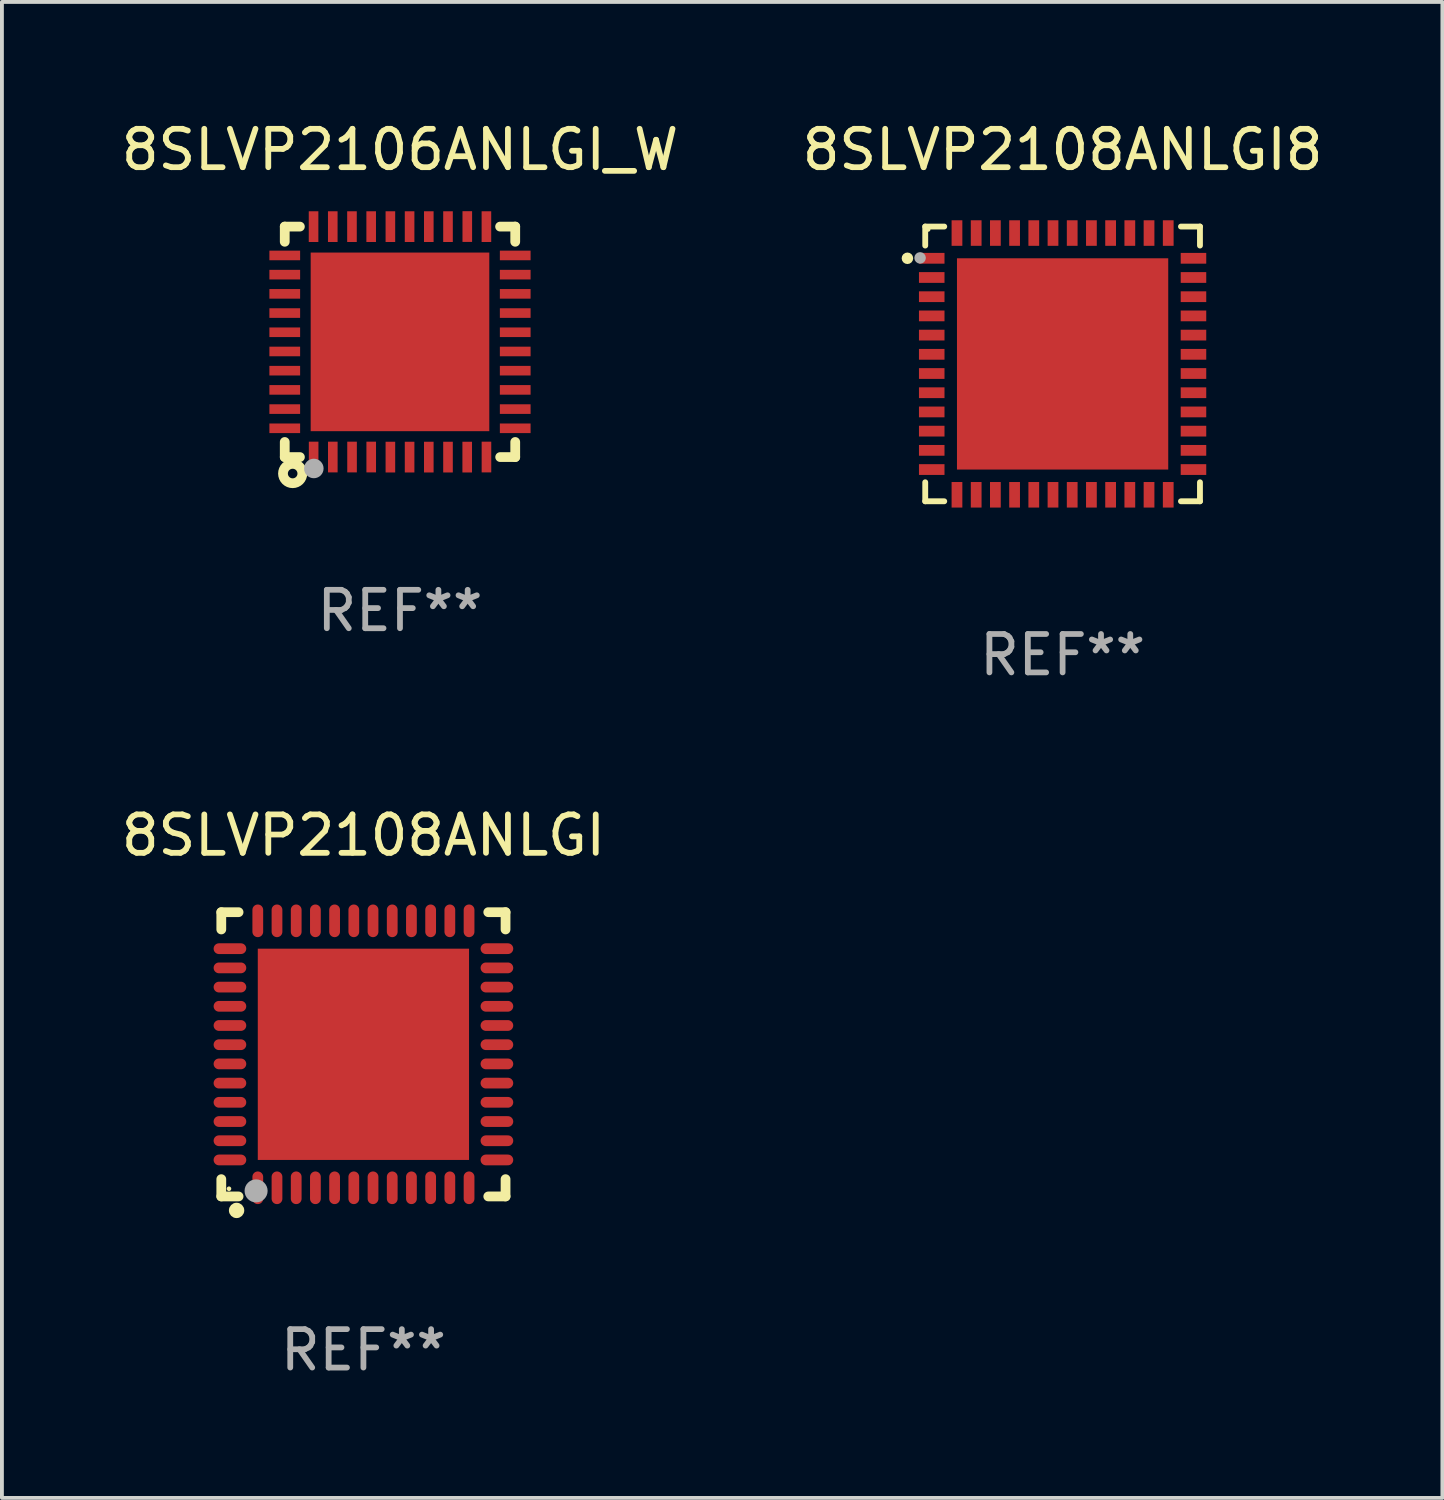
<source format=kicad_pcb>
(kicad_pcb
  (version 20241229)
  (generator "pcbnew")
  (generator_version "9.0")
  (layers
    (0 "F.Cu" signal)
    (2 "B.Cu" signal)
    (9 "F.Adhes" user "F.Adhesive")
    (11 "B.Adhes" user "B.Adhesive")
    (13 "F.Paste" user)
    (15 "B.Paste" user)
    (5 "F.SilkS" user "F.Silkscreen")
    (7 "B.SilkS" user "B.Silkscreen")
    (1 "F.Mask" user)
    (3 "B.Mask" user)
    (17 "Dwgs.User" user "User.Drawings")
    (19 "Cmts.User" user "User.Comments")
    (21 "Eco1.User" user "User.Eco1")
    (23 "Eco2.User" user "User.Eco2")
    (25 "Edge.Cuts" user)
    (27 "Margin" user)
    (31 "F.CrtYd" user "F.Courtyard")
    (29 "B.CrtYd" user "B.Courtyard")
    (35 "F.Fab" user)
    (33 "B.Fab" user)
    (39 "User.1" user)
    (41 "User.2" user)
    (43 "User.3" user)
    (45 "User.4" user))
  (footprint "8SLVP2108ANLGI"
    (layer "F.Cu")
    (at 6.411 24.397)
    (property "Reference" "8SLVP2108ANLGI" (at 0 -5.7 0) (layer "F.SilkS") (effects (font (size 1 1) (thickness 0.15))))
    (attr through_hole)
    (fp_line (start -3.7 -3.7) (end -3.25 -3.7) (stroke (width 0.254) (type solid)) (layer "F.SilkS"))
    (fp_line (start -3.7 -3.25) (end -3.7 -3.7) (stroke (width 0.254) (type solid)) (layer "F.SilkS"))
    (fp_line (start -3.7 3.7) (end -3.7 3.25) (stroke (width 0.254) (type solid)) (layer "F.SilkS"))
    (fp_line (start -3.25 3.7) (end -3.7 3.7) (stroke (width 0.254) (type solid)) (layer "F.SilkS"))
    (fp_line (start 3.25 3.7) (end 3.7 3.7) (stroke (width 0.254) (type solid)) (layer "F.SilkS"))
    (fp_line (start 3.7 -3.7) (end 3.25 -3.7) (stroke (width 0.254) (type solid)) (layer "F.SilkS"))
    (fp_line (start 3.7 -3.25) (end 3.7 -3.7) (stroke (width 0.254) (type solid)) (layer "F.SilkS"))
    (fp_line (start 3.7 3.7) (end 3.7 3.25) (stroke (width 0.254) (type solid)) (layer "F.SilkS"))
    (fp_circle (center -3.5 3.5) (end -3.47 3.5) (stroke (width 0.06) (type solid)) (fill no) (layer "F.SilkS"))
    (fp_circle (center -3.302 4.064) (end -3.202 4.064) (stroke (width 0.2) (type solid)) (fill no) (layer "F.SilkS"))
    (fp_circle (center -2.794 3.556) (end -2.644 3.556) (stroke (width 0.3) (type solid)) (fill no) (layer "F.Fab"))
    (fp_text user "REF**" (at 0 7.7 0) (layer "F.Fab") (effects (font (size 1 1) (thickness 0.15))))
    (pad "1" smd oval (at -2.75 3.475) (size 0.28 0.85) (layers "F.Cu" "F.Mask" "F.Paste"))
    (pad "2" smd oval (at -2.25 3.475) (size 0.28 0.85) (layers "F.Cu" "F.Mask" "F.Paste"))
    (pad "3" smd oval (at -1.75 3.475) (size 0.28 0.85) (layers "F.Cu" "F.Mask" "F.Paste"))
    (pad "4" smd oval (at -1.25 3.475) (size 0.28 0.85) (layers "F.Cu" "F.Mask" "F.Paste"))
    (pad "5" smd oval (at -0.75 3.475) (size 0.28 0.85) (layers "F.Cu" "F.Mask" "F.Paste"))
    (pad "6" smd oval (at -0.25 3.475) (size 0.28 0.85) (layers "F.Cu" "F.Mask" "F.Paste"))
    (pad "7" smd oval (at 0.25 3.475) (size 0.28 0.85) (layers "F.Cu" "F.Mask" "F.Paste"))
    (pad "8" smd oval (at 0.75 3.475) (size 0.28 0.85) (layers "F.Cu" "F.Mask" "F.Paste"))
    (pad "9" smd oval (at 1.25 3.475) (size 0.28 0.85) (layers "F.Cu" "F.Mask" "F.Paste"))
    (pad "10" smd oval (at 1.75 3.475) (size 0.28 0.85) (layers "F.Cu" "F.Mask" "F.Paste"))
    (pad "11" smd oval (at 2.25 3.475) (size 0.28 0.85) (layers "F.Cu" "F.Mask" "F.Paste"))
    (pad "12" smd oval (at 2.75 3.475) (size 0.28 0.85) (layers "F.Cu" "F.Mask" "F.Paste"))
    (pad "13" smd oval (at 3.475 2.75) (size 0.85 0.28) (layers "F.Cu" "F.Mask" "F.Paste"))
    (pad "14" smd oval (at 3.475 2.25) (size 0.85 0.28) (layers "F.Cu" "F.Mask" "F.Paste"))
    (pad "15" smd oval (at 3.475 1.75) (size 0.85 0.28) (layers "F.Cu" "F.Mask" "F.Paste"))
    (pad "16" smd oval (at 3.475 1.25) (size 0.85 0.28) (layers "F.Cu" "F.Mask" "F.Paste"))
    (pad "17" smd oval (at 3.475 0.75) (size 0.85 0.28) (layers "F.Cu" "F.Mask" "F.Paste"))
    (pad "18" smd oval (at 3.475 0.25) (size 0.85 0.28) (layers "F.Cu" "F.Mask" "F.Paste"))
    (pad "19" smd oval (at 3.475 -0.25) (size 0.85 0.28) (layers "F.Cu" "F.Mask" "F.Paste"))
    (pad "20" smd oval (at 3.475 -0.75) (size 0.85 0.28) (layers "F.Cu" "F.Mask" "F.Paste"))
    (pad "21" smd oval (at 3.475 -1.25) (size 0.85 0.28) (layers "F.Cu" "F.Mask" "F.Paste"))
    (pad "22" smd oval (at 3.475 -1.75) (size 0.85 0.28) (layers "F.Cu" "F.Mask" "F.Paste"))
    (pad "23" smd oval (at 3.475 -2.25) (size 0.85 0.28) (layers "F.Cu" "F.Mask" "F.Paste"))
    (pad "24" smd oval (at 3.475 -2.75) (size 0.85 0.28) (layers "F.Cu" "F.Mask" "F.Paste"))
    (pad "25" smd oval (at 2.75 -3.475) (size 0.28 0.85) (layers "F.Cu" "F.Mask" "F.Paste"))
    (pad "26" smd oval (at 2.25 -3.475) (size 0.28 0.85) (layers "F.Cu" "F.Mask" "F.Paste"))
    (pad "27" smd oval (at 1.75 -3.475) (size 0.28 0.85) (layers "F.Cu" "F.Mask" "F.Paste"))
    (pad "28" smd oval (at 1.25 -3.475) (size 0.28 0.85) (layers "F.Cu" "F.Mask" "F.Paste"))
    (pad "29" smd oval (at 0.75 -3.475) (size 0.28 0.85) (layers "F.Cu" "F.Mask" "F.Paste"))
    (pad "30" smd oval (at 0.25 -3.475) (size 0.28 0.85) (layers "F.Cu" "F.Mask" "F.Paste"))
    (pad "31" smd oval (at -0.25 -3.475) (size 0.28 0.85) (layers "F.Cu" "F.Mask" "F.Paste"))
    (pad "32" smd oval (at -0.75 -3.475) (size 0.28 0.85) (layers "F.Cu" "F.Mask" "F.Paste"))
    (pad "33" smd oval (at -1.25 -3.475) (size 0.28 0.85) (layers "F.Cu" "F.Mask" "F.Paste"))
    (pad "34" smd oval (at -1.75 -3.475) (size 0.28 0.85) (layers "F.Cu" "F.Mask" "F.Paste"))
    (pad "35" smd oval (at -2.25 -3.475) (size 0.28 0.85) (layers "F.Cu" "F.Mask" "F.Paste"))
    (pad "36" smd oval (at -2.75 -3.475) (size 0.28 0.85) (layers "F.Cu" "F.Mask" "F.Paste"))
    (pad "37" smd oval (at -3.475 -2.75) (size 0.85 0.28) (layers "F.Cu" "F.Mask" "F.Paste"))
    (pad "38" smd oval (at -3.475 -2.25) (size 0.85 0.28) (layers "F.Cu" "F.Mask" "F.Paste"))
    (pad "39" smd oval (at -3.475 -1.75) (size 0.85 0.28) (layers "F.Cu" "F.Mask" "F.Paste"))
    (pad "40" smd oval (at -3.475 -1.25) (size 0.85 0.28) (layers "F.Cu" "F.Mask" "F.Paste"))
    (pad "41" smd oval (at -3.475 -0.75) (size 0.85 0.28) (layers "F.Cu" "F.Mask" "F.Paste"))
    (pad "42" smd oval (at -3.475 -0.25) (size 0.85 0.28) (layers "F.Cu" "F.Mask" "F.Paste"))
    (pad "43" smd oval (at -3.475 0.25) (size 0.85 0.28) (layers "F.Cu" "F.Mask" "F.Paste"))
    (pad "44" smd oval (at -3.475 0.75) (size 0.85 0.28) (layers "F.Cu" "F.Mask" "F.Paste"))
    (pad "45" smd oval (at -3.475 1.25) (size 0.85 0.28) (layers "F.Cu" "F.Mask" "F.Paste"))
    (pad "46" smd oval (at -3.475 1.75) (size 0.85 0.28) (layers "F.Cu" "F.Mask" "F.Paste"))
    (pad "47" smd oval (at -3.475 2.25) (size 0.85 0.28) (layers "F.Cu" "F.Mask" "F.Paste"))
    (pad "48" smd oval (at -3.475 2.75) (size 0.85 0.28) (layers "F.Cu" "F.Mask" "F.Paste"))
    (pad "49" smd rect (at -0.000102 0.000102) (size 5.5 5.5) (layers "F.Cu" "F.Mask" "F.Paste")))
  (footprint "8SLVP2106ANLGI_W"
    (layer "F.Cu")
    (at 7.363 5.849)
    (property "Reference" "8SLVP2106ANLGI_W" (at 0 -5.001 0) (layer "F.SilkS") (effects (font (size 1 1) (thickness 0.15))))
    (attr through_hole)
    (fp_line (start -3 -3) (end -3 -2.605) (stroke (width 0.254) (type solid)) (layer "F.SilkS"))
    (fp_line (start -3 -3) (end -2.606 -3) (stroke (width 0.254) (type solid)) (layer "F.SilkS"))
    (fp_line (start -3 2.607) (end -3 3) (stroke (width 0.254) (type solid)) (layer "F.SilkS"))
    (fp_line (start -3 3) (end -2.605 3) (stroke (width 0.254) (type solid)) (layer "F.SilkS"))
    (fp_line (start 2.606 -3) (end 3 -3) (stroke (width 0.254) (type solid)) (layer "F.SilkS"))
    (fp_line (start 2.608 3) (end 3 3) (stroke (width 0.254) (type solid)) (layer "F.SilkS"))
    (fp_line (start 3 -2.605) (end 3 -3) (stroke (width 0.254) (type solid)) (layer "F.SilkS"))
    (fp_line (start 3 3) (end 3 2.607) (stroke (width 0.254) (type solid)) (layer "F.SilkS"))
    (fp_circle (center -3 3) (end -2.97 3) (stroke (width 0.06) (type solid)) (fill no) (layer "F.SilkS"))
    (fp_circle (center -2.794 3.429) (end -2.669 3.429) (stroke (width 0.254) (type solid)) (fill no) (layer "F.SilkS"))
    (fp_circle (center -2.243 3.297) (end -2.116 3.297) (stroke (width 0.254) (type solid)) (fill no) (layer "F.Fab"))
    (fp_text user "REF**" (at 0 7.001 0) (layer "F.Fab") (effects (font (size 1 1) (thickness 0.15))))
    (pad "1" smd rect (at -2.248 2.999 180) (size 0.25 0.8) (layers "F.Cu" "F.Mask" "F.Paste"))
    (pad "2" smd rect (at -1.749 2.999 180) (size 0.25 0.8) (layers "F.Cu" "F.Mask" "F.Paste"))
    (pad "3" smd rect (at -1.248 2.999 180) (size 0.25 0.8) (layers "F.Cu" "F.Mask" "F.Paste"))
    (pad "4" smd rect (at -0.749 2.999 180) (size 0.25 0.8) (layers "F.Cu" "F.Mask" "F.Paste"))
    (pad "5" smd rect (at -0.25 3.001 180) (size 0.25 0.8) (layers "F.Cu" "F.Mask" "F.Paste"))
    (pad "6" smd rect (at 0.25 3.001 180) (size 0.25 0.8) (layers "F.Cu" "F.Mask" "F.Paste"))
    (pad "7" smd rect (at 0.75 3.001 180) (size 0.25 0.8) (layers "F.Cu" "F.Mask" "F.Paste"))
    (pad "8" smd rect (at 1.25 3.001 180) (size 0.25 0.8) (layers "F.Cu" "F.Mask" "F.Paste"))
    (pad "9" smd rect (at 1.75 3.001 180) (size 0.25 0.8) (layers "F.Cu" "F.Mask" "F.Paste"))
    (pad "10" smd rect (at 2.251 2.999 180) (size 0.25 0.8) (layers "F.Cu" "F.Mask" "F.Paste"))
    (pad "11" smd rect (at 3 2.251 270) (size 0.25 0.8) (layers "F.Cu" "F.Mask" "F.Paste"))
    (pad "12" smd rect (at 3 1.751 270) (size 0.25 0.8) (layers "F.Cu" "F.Mask" "F.Paste"))
    (pad "13" smd rect (at 3 1.251 270) (size 0.25 0.8) (layers "F.Cu" "F.Mask" "F.Paste"))
    (pad "14" smd rect (at 3 0.751 270) (size 0.25 0.8) (layers "F.Cu" "F.Mask" "F.Paste"))
    (pad "15" smd rect (at 3 0.251 270) (size 0.25 0.8) (layers "F.Cu" "F.Mask" "F.Paste"))
    (pad "16" smd rect (at 3 -0.249 270) (size 0.25 0.8) (layers "F.Cu" "F.Mask" "F.Paste"))
    (pad "17" smd rect (at 3 -0.749 270) (size 0.25 0.8) (layers "F.Cu" "F.Mask" "F.Paste"))
    (pad "18" smd rect (at 3 -1.249 270) (size 0.25 0.8) (layers "F.Cu" "F.Mask" "F.Paste"))
    (pad "19" smd rect (at 3 -1.749 270) (size 0.25 0.8) (layers "F.Cu" "F.Mask" "F.Paste"))
    (pad "20" smd rect (at 3 -2.249 270) (size 0.25 0.8) (layers "F.Cu" "F.Mask" "F.Paste"))
    (pad "21" smd rect (at 2.25 -2.999) (size 0.25 0.8) (layers "F.Cu" "F.Mask" "F.Paste"))
    (pad "22" smd rect (at 1.752 -3.001) (size 0.25 0.8) (layers "F.Cu" "F.Mask" "F.Paste"))
    (pad "23" smd rect (at 1.25 -2.999) (size 0.25 0.8) (layers "F.Cu" "F.Mask" "F.Paste"))
    (pad "24" smd rect (at 0.75 -2.999) (size 0.25 0.8) (layers "F.Cu" "F.Mask" "F.Paste"))
    (pad "25" smd rect (at 0.25 -2.999) (size 0.25 0.8) (layers "F.Cu" "F.Mask" "F.Paste"))
    (pad "26" smd rect (at -0.25 -2.999) (size 0.25 0.8) (layers "F.Cu" "F.Mask" "F.Paste"))
    (pad "27" smd rect (at -0.75 -2.999) (size 0.25 0.8) (layers "F.Cu" "F.Mask" "F.Paste"))
    (pad "28" smd rect (at -1.25 -2.999) (size 0.25 0.8) (layers "F.Cu" "F.Mask" "F.Paste"))
    (pad "29" smd rect (at -1.75 -2.999) (size 0.25 0.8) (layers "F.Cu" "F.Mask" "F.Paste"))
    (pad "30" smd rect (at -2.25 -2.999) (size 0.25 0.8) (layers "F.Cu" "F.Mask" "F.Paste"))
    (pad "31" smd rect (at -3 -2.249 90) (size 0.25 0.8) (layers "F.Cu" "F.Mask" "F.Paste"))
    (pad "32" smd rect (at -3 -1.749 90) (size 0.25 0.8) (layers "F.Cu" "F.Mask" "F.Paste"))
    (pad "33" smd rect (at -3 -1.249 90) (size 0.25 0.8) (layers "F.Cu" "F.Mask" "F.Paste"))
    (pad "34" smd rect (at -3 -0.749 90) (size 0.25 0.8) (layers "F.Cu" "F.Mask" "F.Paste"))
    (pad "35" smd rect (at -3 -0.249 90) (size 0.25 0.8) (layers "F.Cu" "F.Mask" "F.Paste"))
    (pad "36" smd rect (at -3 0.251 90) (size 0.25 0.8) (layers "F.Cu" "F.Mask" "F.Paste"))
    (pad "37" smd rect (at -3 0.751 90) (size 0.25 0.8) (layers "F.Cu" "F.Mask" "F.Paste"))
    (pad "38" smd rect (at -3 1.251 90) (size 0.25 0.8) (layers "F.Cu" "F.Mask" "F.Paste"))
    (pad "39" smd rect (at -3 1.751 90) (size 0.25 0.8) (layers "F.Cu" "F.Mask" "F.Paste"))
    (pad "40" smd rect (at -3 2.251 90) (size 0.25 0.8) (layers "F.Cu" "F.Mask" "F.Paste"))
    (pad "41" smd rect (at -0.000025 0.001 90) (size 4.65 4.65) (layers "F.Cu" "F.Mask" "F.Paste")))
  (footprint "8SLVP2108ANLGI8"
    (layer "F.Cu")
    (at 24.613 6.424)
    (property "Reference" "8SLVP2108ANLGI8" (at 0 -5.576 0) (layer "F.SilkS") (effects (font (size 1 1) (thickness 0.15))))
    (attr through_hole)
    (fp_line (start -3.576 -3.576) (end -3.576 -3.081) (stroke (width 0.152) (type solid)) (layer "F.SilkS"))
    (fp_line (start -3.576 3.576) (end -3.576 3.081) (stroke (width 0.152) (type solid)) (layer "F.SilkS"))
    (fp_line (start -3.081 -3.576) (end -3.576 -3.576) (stroke (width 0.152) (type solid)) (layer "F.SilkS"))
    (fp_line (start -3.081 3.576) (end -3.576 3.576) (stroke (width 0.152) (type solid)) (layer "F.SilkS"))
    (fp_line (start 3.081 -3.576) (end 3.576 -3.576) (stroke (width 0.152) (type solid)) (layer "F.SilkS"))
    (fp_line (start 3.081 3.576) (end 3.576 3.576) (stroke (width 0.152) (type solid)) (layer "F.SilkS"))
    (fp_line (start 3.576 -3.576) (end 3.576 -3.081) (stroke (width 0.152) (type solid)) (layer "F.SilkS"))
    (fp_line (start 3.576 3.576) (end 3.576 3.081) (stroke (width 0.152) (type solid)) (layer "F.SilkS"))
    (fp_circle (center -4.04 -2.75) (end -3.965 -2.75) (stroke (width 0.15) (type solid)) (fill no) (layer "F.SilkS"))
    (fp_circle (center -3.5 -3.5) (end -3.47 -3.5) (stroke (width 0.06) (type solid)) (fill no) (layer "F.SilkS"))
    (fp_circle (center -3.71 -2.76) (end -3.635 -2.76) (stroke (width 0.15) (type solid)) (fill no) (layer "F.Fab"))
    (fp_text user "REF**" (at 0 7.576 0) (layer "F.Fab") (effects (font (size 1 1) (thickness 0.15))))
    (pad "1" smd rect (at -3.407 -2.75) (size 0.665 0.28) (layers "F.Cu" "F.Mask" "F.Paste"))
    (pad "2" smd rect (at -3.407 -2.25) (size 0.665 0.28) (layers "F.Cu" "F.Mask" "F.Paste"))
    (pad "3" smd rect (at -3.407 -1.75) (size 0.665 0.28) (layers "F.Cu" "F.Mask" "F.Paste"))
    (pad "4" smd rect (at -3.407 -1.25) (size 0.665 0.28) (layers "F.Cu" "F.Mask" "F.Paste"))
    (pad "5" smd rect (at -3.407 -0.75) (size 0.665 0.28) (layers "F.Cu" "F.Mask" "F.Paste"))
    (pad "6" smd rect (at -3.407 -0.25) (size 0.665 0.28) (layers "F.Cu" "F.Mask" "F.Paste"))
    (pad "7" smd rect (at -3.407 0.25) (size 0.665 0.28) (layers "F.Cu" "F.Mask" "F.Paste"))
    (pad "8" smd rect (at -3.407 0.75) (size 0.665 0.28) (layers "F.Cu" "F.Mask" "F.Paste"))
    (pad "9" smd rect (at -3.407 1.25) (size 0.665 0.28) (layers "F.Cu" "F.Mask" "F.Paste"))
    (pad "10" smd rect (at -3.407 1.75) (size 0.665 0.28) (layers "F.Cu" "F.Mask" "F.Paste"))
    (pad "11" smd rect (at -3.407 2.25) (size 0.665 0.28) (layers "F.Cu" "F.Mask" "F.Paste"))
    (pad "12" smd rect (at -3.407 2.75) (size 0.665 0.28) (layers "F.Cu" "F.Mask" "F.Paste"))
    (pad "13" smd rect (at -2.75 3.407) (size 0.28 0.665) (layers "F.Cu" "F.Mask" "F.Paste"))
    (pad "14" smd rect (at -2.25 3.407) (size 0.28 0.665) (layers "F.Cu" "F.Mask" "F.Paste"))
    (pad "15" smd rect (at -1.75 3.407) (size 0.28 0.665) (layers "F.Cu" "F.Mask" "F.Paste"))
    (pad "16" smd rect (at -1.25 3.407) (size 0.28 0.665) (layers "F.Cu" "F.Mask" "F.Paste"))
    (pad "17" smd rect (at -0.75 3.407) (size 0.28 0.665) (layers "F.Cu" "F.Mask" "F.Paste"))
    (pad "18" smd rect (at -0.25 3.407) (size 0.28 0.665) (layers "F.Cu" "F.Mask" "F.Paste"))
    (pad "19" smd rect (at 0.25 3.407) (size 0.28 0.665) (layers "F.Cu" "F.Mask" "F.Paste"))
    (pad "20" smd rect (at 0.75 3.407) (size 0.28 0.665) (layers "F.Cu" "F.Mask" "F.Paste"))
    (pad "21" smd rect (at 1.25 3.407) (size 0.28 0.665) (layers "F.Cu" "F.Mask" "F.Paste"))
    (pad "22" smd rect (at 1.75 3.407) (size 0.28 0.665) (layers "F.Cu" "F.Mask" "F.Paste"))
    (pad "23" smd rect (at 2.25 3.407) (size 0.28 0.665) (layers "F.Cu" "F.Mask" "F.Paste"))
    (pad "24" smd rect (at 2.75 3.407) (size 0.28 0.665) (layers "F.Cu" "F.Mask" "F.Paste"))
    (pad "25" smd rect (at 3.407 2.75) (size 0.665 0.28) (layers "F.Cu" "F.Mask" "F.Paste"))
    (pad "26" smd rect (at 3.407 2.25) (size 0.665 0.28) (layers "F.Cu" "F.Mask" "F.Paste"))
    (pad "27" smd rect (at 3.407 1.75) (size 0.665 0.28) (layers "F.Cu" "F.Mask" "F.Paste"))
    (pad "28" smd rect (at 3.407 1.25) (size 0.665 0.28) (layers "F.Cu" "F.Mask" "F.Paste"))
    (pad "29" smd rect (at 3.407 0.75) (size 0.665 0.28) (layers "F.Cu" "F.Mask" "F.Paste"))
    (pad "30" smd rect (at 3.407 0.25) (size 0.665 0.28) (layers "F.Cu" "F.Mask" "F.Paste"))
    (pad "31" smd rect (at 3.407 -0.25) (size 0.665 0.28) (layers "F.Cu" "F.Mask" "F.Paste"))
    (pad "32" smd rect (at 3.407 -0.75) (size 0.665 0.28) (layers "F.Cu" "F.Mask" "F.Paste"))
    (pad "33" smd rect (at 3.407 -1.25) (size 0.665 0.28) (layers "F.Cu" "F.Mask" "F.Paste"))
    (pad "34" smd rect (at 3.407 -1.75) (size 0.665 0.28) (layers "F.Cu" "F.Mask" "F.Paste"))
    (pad "35" smd rect (at 3.407 -2.25) (size 0.665 0.28) (layers "F.Cu" "F.Mask" "F.Paste"))
    (pad "36" smd rect (at 3.407 -2.75) (size 0.665 0.28) (layers "F.Cu" "F.Mask" "F.Paste"))
    (pad "37" smd rect (at 2.75 -3.407) (size 0.28 0.665) (layers "F.Cu" "F.Mask" "F.Paste"))
    (pad "38" smd rect (at 2.25 -3.407) (size 0.28 0.665) (layers "F.Cu" "F.Mask" "F.Paste"))
    (pad "39" smd rect (at 1.75 -3.407) (size 0.28 0.665) (layers "F.Cu" "F.Mask" "F.Paste"))
    (pad "40" smd rect (at 1.25 -3.407) (size 0.28 0.665) (layers "F.Cu" "F.Mask" "F.Paste"))
    (pad "41" smd rect (at 0.75 -3.407) (size 0.28 0.665) (layers "F.Cu" "F.Mask" "F.Paste"))
    (pad "42" smd rect (at 0.25 -3.407) (size 0.28 0.665) (layers "F.Cu" "F.Mask" "F.Paste"))
    (pad "43" smd rect (at -0.25 -3.407) (size 0.28 0.665) (layers "F.Cu" "F.Mask" "F.Paste"))
    (pad "44" smd rect (at -0.75 -3.407) (size 0.28 0.665) (layers "F.Cu" "F.Mask" "F.Paste"))
    (pad "45" smd rect (at -1.25 -3.407) (size 0.28 0.665) (layers "F.Cu" "F.Mask" "F.Paste"))
    (pad "46" smd rect (at -1.75 -3.407) (size 0.28 0.665) (layers "F.Cu" "F.Mask" "F.Paste"))
    (pad "47" smd rect (at -2.25 -3.407) (size 0.28 0.665) (layers "F.Cu" "F.Mask" "F.Paste"))
    (pad "48" smd rect (at -2.75 -3.407) (size 0.28 0.665) (layers "F.Cu" "F.Mask" "F.Paste"))
    (pad "49" smd rect (at 0 0) (size 5.5 5.5) (layers "F.Cu" "F.Mask" "F.Paste")))
  (gr_rect
    (start -3 -3)
    (end 34.5 35.945)
    (stroke (width 0.1) (type default))
    (fill no)
    (layer "Edge.Cuts")))
</source>
